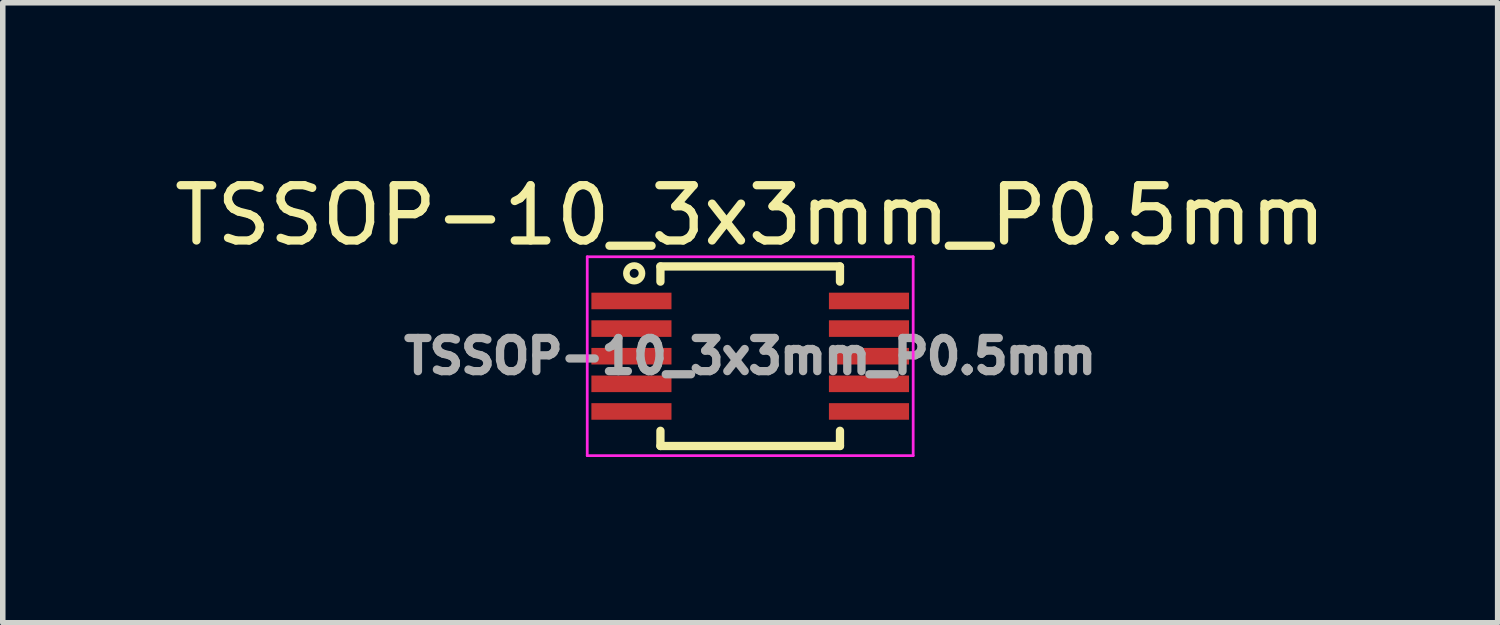
<source format=kicad_pcb>
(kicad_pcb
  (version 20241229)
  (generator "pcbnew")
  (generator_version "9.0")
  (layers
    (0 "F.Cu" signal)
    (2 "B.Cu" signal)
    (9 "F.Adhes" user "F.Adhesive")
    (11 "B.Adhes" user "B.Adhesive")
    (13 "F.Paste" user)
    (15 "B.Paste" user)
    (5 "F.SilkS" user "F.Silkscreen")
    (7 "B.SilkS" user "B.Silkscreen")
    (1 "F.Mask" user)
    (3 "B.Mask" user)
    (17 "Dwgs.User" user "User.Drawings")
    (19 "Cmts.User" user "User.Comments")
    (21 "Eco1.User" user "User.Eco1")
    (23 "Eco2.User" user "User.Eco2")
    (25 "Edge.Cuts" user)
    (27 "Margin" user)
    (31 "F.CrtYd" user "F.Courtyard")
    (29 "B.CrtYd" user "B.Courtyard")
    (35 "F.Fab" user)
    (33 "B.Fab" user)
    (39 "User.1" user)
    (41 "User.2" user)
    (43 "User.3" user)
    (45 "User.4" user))
  (footprint "TSSOP-10_3x3mm_P0.5mm"
    (layer "F.Cu")
    (at 10.53 3.398)
    (property "Reference" "TSSOP-10_3x3mm_P0.5mm" (at 0 -2.55 0) (layer "F.SilkS") (effects (font (size 1 1) (thickness 0.15))))
    (attr smd)
    (fp_line (start -1.625 -1.625) (end 1.625 -1.625) (stroke (width 0.15) (type solid)) (layer "F.SilkS"))
    (fp_line (start -1.625 -1.35) (end -1.625 -1.625) (stroke (width 0.15) (type solid)) (layer "F.SilkS"))
    (fp_line (start -1.625 1.625) (end -1.625 1.35) (stroke (width 0.15) (type solid)) (layer "F.SilkS"))
    (fp_line (start -1.625 1.625) (end 1.625 1.625) (stroke (width 0.15) (type solid)) (layer "F.SilkS"))
    (fp_line (start 1.625 -1.35) (end 1.625 -1.625) (stroke (width 0.15) (type solid)) (layer "F.SilkS"))
    (fp_line (start 1.625 1.625) (end 1.625 1.35) (stroke (width 0.15) (type solid)) (layer "F.SilkS"))
    (fp_circle (center -2.1 -1.5) (end -2 -1.6) (stroke (width 0.12) (type solid)) (fill no) (layer "F.SilkS"))
    (fp_line (start -2.95 -1.8) (end -2.95 1.8) (stroke (width 0.05) (type solid)) (layer "F.CrtYd"))
    (fp_line (start -2.95 -1.8) (end 2.95 -1.8) (stroke (width 0.05) (type solid)) (layer "F.CrtYd"))
    (fp_line (start -2.95 1.8) (end 2.95 1.8) (stroke (width 0.05) (type solid)) (layer "F.CrtYd"))
    (fp_line (start 2.95 -1.8) (end 2.95 1.8) (stroke (width 0.05) (type solid)) (layer "F.CrtYd"))
    (fp_text user "${REFERENCE}" (at 0 0 0) (layer "F.Fab") (effects (font (size 0.6 0.6) (thickness 0.15))))
    (pad "1" smd rect (at -2.15 -1) (size 1.45 0.3) (layers "F.Cu" "F.Mask" "F.Paste"))
    (pad "2" smd rect (at -2.15 -0.5) (size 1.45 0.3) (layers "F.Cu" "F.Mask" "F.Paste"))
    (pad "3" smd rect (at -2.15 0) (size 1.45 0.3) (layers "F.Cu" "F.Mask" "F.Paste"))
    (pad "4" smd rect (at -2.15 0.5) (size 1.45 0.3) (layers "F.Cu" "F.Mask" "F.Paste"))
    (pad "5" smd rect (at -2.15 1) (size 1.45 0.3) (layers "F.Cu" "F.Mask" "F.Paste"))
    (pad "6" smd rect (at 2.15 1) (size 1.45 0.3) (layers "F.Cu" "F.Mask" "F.Paste"))
    (pad "7" smd rect (at 2.15 0.5) (size 1.45 0.3) (layers "F.Cu" "F.Mask" "F.Paste"))
    (pad "8" smd rect (at 2.15 0) (size 1.45 0.3) (layers "F.Cu" "F.Mask" "F.Paste"))
    (pad "9" smd rect (at 2.15 -0.5) (size 1.45 0.3) (layers "F.Cu" "F.Mask" "F.Paste"))
    (pad "10" smd rect (at 2.15 -1) (size 1.45 0.3) (layers "F.Cu" "F.Mask" "F.Paste")))
  (gr_rect
    (start -3 -3)
    (end 24.06 8.223)
    (stroke (width 0.1) (type default))
    (fill no)
    (layer "Edge.Cuts")))
</source>
